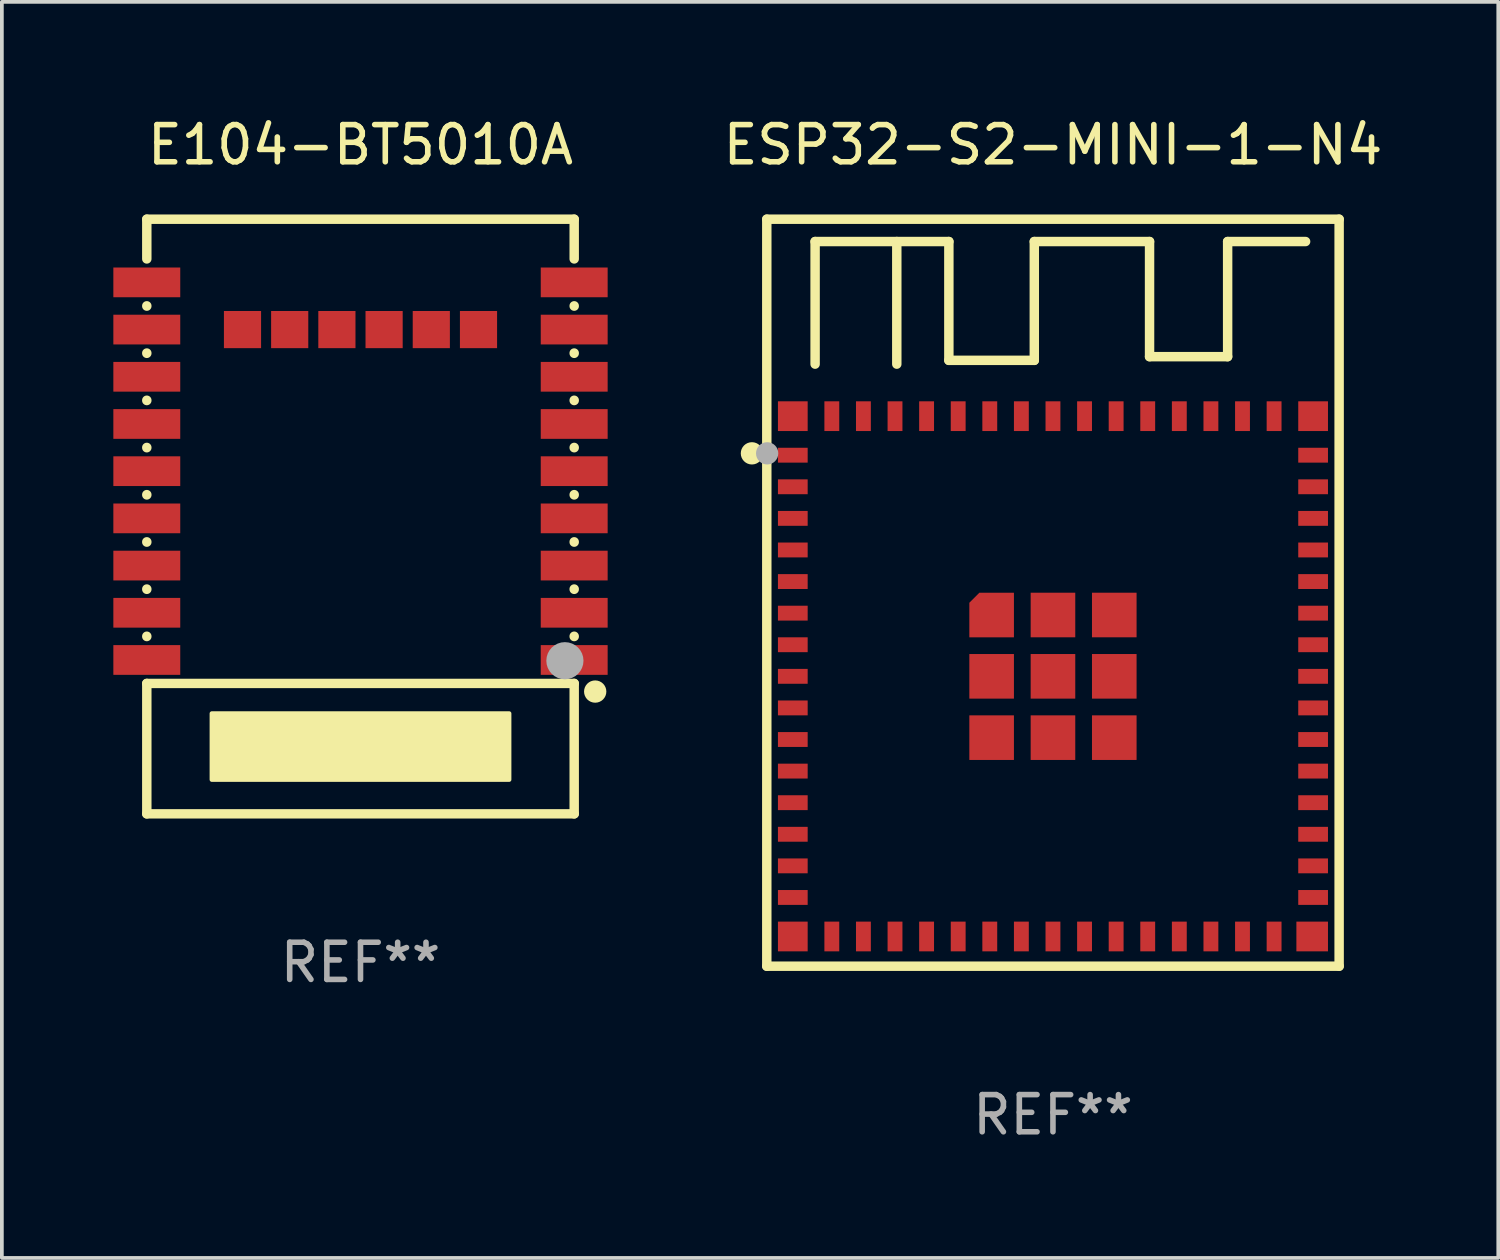
<source format=kicad_pcb>
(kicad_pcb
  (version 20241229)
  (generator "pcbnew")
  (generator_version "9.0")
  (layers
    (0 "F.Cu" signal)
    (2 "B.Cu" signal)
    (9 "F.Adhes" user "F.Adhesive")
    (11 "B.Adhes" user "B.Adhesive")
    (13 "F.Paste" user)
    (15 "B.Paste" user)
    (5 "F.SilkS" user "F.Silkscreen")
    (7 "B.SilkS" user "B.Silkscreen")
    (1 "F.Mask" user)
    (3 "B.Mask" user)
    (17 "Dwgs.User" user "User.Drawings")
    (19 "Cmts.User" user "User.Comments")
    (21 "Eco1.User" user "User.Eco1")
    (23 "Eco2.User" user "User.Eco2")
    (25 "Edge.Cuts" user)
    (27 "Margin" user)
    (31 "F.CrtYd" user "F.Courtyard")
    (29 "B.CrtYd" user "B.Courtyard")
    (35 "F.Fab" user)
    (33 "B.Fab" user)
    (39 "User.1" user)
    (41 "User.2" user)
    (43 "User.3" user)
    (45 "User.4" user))
  (footprint "E104-BT5010A"
    (layer "F.Cu")
    (at 6.65 10.848)
    (property "Reference" "E104-BT5010A" (at 0 -10 0) (layer "F.SilkS") (effects (font (size 1 1) (thickness 0.15))))
    (attr through_hole)
    (fp_line (start -5.75 -6.931) (end -5.75 -8) (stroke (width 0.254) (type solid)) (layer "F.SilkS"))
    (fp_line (start -5.75 -5.661) (end -5.75 -5.669) (stroke (width 0.254) (type solid)) (layer "F.SilkS"))
    (fp_line (start -5.75 -4.391) (end -5.75 -4.399) (stroke (width 0.254) (type solid)) (layer "F.SilkS"))
    (fp_line (start -5.75 -3.121) (end -5.75 -3.129) (stroke (width 0.254) (type solid)) (layer "F.SilkS"))
    (fp_line (start -5.75 -1.851) (end -5.75 -1.859) (stroke (width 0.254) (type solid)) (layer "F.SilkS"))
    (fp_line (start -5.75 -0.581) (end -5.75 -0.589) (stroke (width 0.254) (type solid)) (layer "F.SilkS"))
    (fp_line (start -5.75 0.689) (end -5.75 0.681) (stroke (width 0.254) (type solid)) (layer "F.SilkS"))
    (fp_line (start -5.75 1.959) (end -5.75 1.951) (stroke (width 0.254) (type solid)) (layer "F.SilkS"))
    (fp_line (start -5.75 3.229) (end -5.75 3.221) (stroke (width 0.254) (type solid)) (layer "F.SilkS"))
    (fp_line (start -5.75 4.491) (end 5.75 4.491) (stroke (width 0.254) (type solid)) (layer "F.SilkS"))
    (fp_line (start -5.75 8) (end -5.75 4.491) (stroke (width 0.254) (type solid)) (layer "F.SilkS"))
    (fp_line (start 5.75 -8) (end -5.75 -8) (stroke (width 0.254) (type solid)) (layer "F.SilkS"))
    (fp_line (start 5.75 -8) (end 5.75 -6.931) (stroke (width 0.254) (type solid)) (layer "F.SilkS"))
    (fp_line (start 5.75 -5.669) (end 5.75 -5.661) (stroke (width 0.254) (type solid)) (layer "F.SilkS"))
    (fp_line (start 5.75 -4.399) (end 5.75 -4.391) (stroke (width 0.254) (type solid)) (layer "F.SilkS"))
    (fp_line (start 5.75 -3.129) (end 5.75 -3.121) (stroke (width 0.254) (type solid)) (layer "F.SilkS"))
    (fp_line (start 5.75 -1.859) (end 5.75 -1.851) (stroke (width 0.254) (type solid)) (layer "F.SilkS"))
    (fp_line (start 5.75 -0.589) (end 5.75 -0.581) (stroke (width 0.254) (type solid)) (layer "F.SilkS"))
    (fp_line (start 5.75 0.681) (end 5.75 0.689) (stroke (width 0.254) (type solid)) (layer "F.SilkS"))
    (fp_line (start 5.75 1.951) (end 5.75 1.959) (stroke (width 0.254) (type solid)) (layer "F.SilkS"))
    (fp_line (start 5.75 3.221) (end 5.75 3.229) (stroke (width 0.254) (type solid)) (layer "F.SilkS"))
    (fp_line (start 5.75 4.491) (end 5.75 8) (stroke (width 0.254) (type solid)) (layer "F.SilkS"))
    (fp_line (start 5.75 8) (end -5.75 8) (stroke (width 0.254) (type solid)) (layer "F.SilkS"))
    (fp_circle (center 5.75 8) (end 5.78 8) (stroke (width 0.06) (type solid)) (fill no) (layer "F.SilkS"))
    (fp_circle (center 6.315 4.71) (end 6.465 4.71) (stroke (width 0.3) (type solid)) (fill no) (layer "F.SilkS"))
    (fp_poly (pts (xy -4 5.3) (xy 4 5.3) (xy 4 7.08) (xy -4 7.08)) (stroke (width 0.12) (type solid)) (fill yes) (layer "F.SilkS"))
    (fp_circle (center 5.5 3.88) (end 5.75 3.88) (stroke (width 0.5) (type solid)) (fill no) (layer "F.Fab"))
    (fp_text user "REF**" (at 0 12 0) (layer "F.Fab") (effects (font (size 1 1) (thickness 0.15))))
    (pad "1" smd rect (at 5.75 3.86 180) (size 1.8 0.8) (layers "F.Cu" "F.Mask" "F.Paste"))
    (pad "2" smd rect (at 5.75 2.59 180) (size 1.8 0.8) (layers "F.Cu" "F.Mask" "F.Paste"))
    (pad "3" smd rect (at 5.75 1.32 180) (size 1.8 0.8) (layers "F.Cu" "F.Mask" "F.Paste"))
    (pad "4" smd rect (at 5.75 0.05 180) (size 1.8 0.8) (layers "F.Cu" "F.Mask" "F.Paste"))
    (pad "5" smd rect (at 5.75 -1.22 180) (size 1.8 0.8) (layers "F.Cu" "F.Mask" "F.Paste"))
    (pad "6" smd rect (at 5.75 -2.49 180) (size 1.8 0.8) (layers "F.Cu" "F.Mask" "F.Paste"))
    (pad "7" smd rect (at 5.75 -3.76 180) (size 1.8 0.8) (layers "F.Cu" "F.Mask" "F.Paste"))
    (pad "8" smd rect (at 5.75 -5.03 180) (size 1.8 0.8) (layers "F.Cu" "F.Mask" "F.Paste"))
    (pad "9" smd rect (at 5.75 -6.3 180) (size 1.8 0.8) (layers "F.Cu" "F.Mask" "F.Paste"))
    (pad "10" smd rect (at 3.175 -5.03 180) (size 1 1) (layers "F.Cu" "F.Mask" "F.Paste"))
    (pad "11" smd rect (at 1.905 -5.03 180) (size 1 1) (layers "F.Cu" "F.Mask" "F.Paste"))
    (pad "12" smd rect (at 0.635 -5.03 180) (size 1 1) (layers "F.Cu" "F.Mask" "F.Paste"))
    (pad "13" smd rect (at -0.635 -5.03 180) (size 1 1) (layers "F.Cu" "F.Mask" "F.Paste"))
    (pad "14" smd rect (at -1.905 -5.03 180) (size 1 1) (layers "F.Cu" "F.Mask" "F.Paste"))
    (pad "15" smd rect (at -3.175 -5.03 180) (size 1 1) (layers "F.Cu" "F.Mask" "F.Paste"))
    (pad "16" smd rect (at -5.75 -6.3 180) (size 1.8 0.8) (layers "F.Cu" "F.Mask" "F.Paste"))
    (pad "17" smd rect (at -5.75 -5.03 180) (size 1.8 0.8) (layers "F.Cu" "F.Mask" "F.Paste"))
    (pad "18" smd rect (at -5.75 -3.76 180) (size 1.8 0.8) (layers "F.Cu" "F.Mask" "F.Paste"))
    (pad "19" smd rect (at -5.75 -2.49 180) (size 1.8 0.8) (layers "F.Cu" "F.Mask" "F.Paste"))
    (pad "20" smd rect (at -5.75 -1.22 180) (size 1.8 0.8) (layers "F.Cu" "F.Mask" "F.Paste"))
    (pad "21" smd rect (at -5.75 0.05 180) (size 1.8 0.8) (layers "F.Cu" "F.Mask" "F.Paste"))
    (pad "22" smd rect (at -5.75 1.32 180) (size 1.8 0.8) (layers "F.Cu" "F.Mask" "F.Paste"))
    (pad "23" smd rect (at -5.75 2.59 180) (size 1.8 0.8) (layers "F.Cu" "F.Mask" "F.Paste"))
    (pad "24" smd rect (at -5.75 3.86 180) (size 1.8 0.8) (layers "F.Cu" "F.Mask" "F.Paste")))
  (footprint "ESP32-S2-MINI-1-N4"
    (layer "F.Cu")
    (at 25.282 12.898)
    (property "Reference" "ESP32-S2-MINI-1-N4" (at 0 -12.05 0) (layer "F.SilkS") (effects (font (size 1 1) (thickness 0.15))))
    (attr through_hole)
    (fp_line (start -7.7 -10.05) (end -7.7 10.05) (stroke (width 0.254) (type solid)) (layer "F.SilkS"))
    (fp_line (start -7.7 10.05) (end 7.7 10.05) (stroke (width 0.254) (type solid)) (layer "F.SilkS"))
    (fp_line (start -6.4 -9.449) (end -2.801 -9.449) (stroke (width 0.254) (type solid)) (layer "F.SilkS"))
    (fp_line (start -6.4 -6.15) (end -6.4 -9.449) (stroke (width 0.254) (type solid)) (layer "F.SilkS"))
    (fp_line (start -4.202 -9.449) (end -4.202 -6.15) (stroke (width 0.254) (type solid)) (layer "F.SilkS"))
    (fp_line (start -2.801 -9.449) (end -2.801 -6.252) (stroke (width 0.254) (type solid)) (layer "F.SilkS"))
    (fp_line (start -2.801 -6.252) (end -0.502 -6.252) (stroke (width 0.254) (type solid)) (layer "F.SilkS"))
    (fp_line (start -0.502 -9.449) (end 2.599 -9.449) (stroke (width 0.254) (type solid)) (layer "F.SilkS"))
    (fp_line (start -0.502 -6.252) (end -0.502 -9.449) (stroke (width 0.254) (type solid)) (layer "F.SilkS"))
    (fp_line (start 2.599 -9.449) (end 2.599 -6.351) (stroke (width 0.254) (type solid)) (layer "F.SilkS"))
    (fp_line (start 2.599 -6.351) (end 4.7 -6.351) (stroke (width 0.254) (type solid)) (layer "F.SilkS"))
    (fp_line (start 4.7 -9.449) (end 6.798 -9.449) (stroke (width 0.254) (type solid)) (layer "F.SilkS"))
    (fp_line (start 4.7 -6.351) (end 4.7 -9.449) (stroke (width 0.254) (type solid)) (layer "F.SilkS"))
    (fp_line (start 7.7 -10.05) (end -7.7 -10.05) (stroke (width 0.254) (type solid)) (layer "F.SilkS"))
    (fp_line (start 7.7 10.05) (end 7.7 -10.05) (stroke (width 0.254) (type solid)) (layer "F.SilkS"))
    (fp_circle (center -8.1 -3.75) (end -7.95 -3.75) (stroke (width 0.3) (type solid)) (fill no) (layer "F.SilkS"))
    (fp_circle (center -7.7 -10) (end -7.67 -10) (stroke (width 0.06) (type solid)) (fill no) (layer "F.SilkS"))
    (fp_circle (center -7.69 -3.75) (end -7.54 -3.75) (stroke (width 0.3) (type solid)) (fill no) (layer "F.Fab"))
    (fp_text user "REF**" (at 0 14.05 0) (layer "F.Fab") (effects (font (size 1 1) (thickness 0.15))))
    (pad "1" smd rect (at -7 -3.7 90) (size 0.4 0.8) (layers "F.Cu" "F.Mask" "F.Paste"))
    (pad "2" smd rect (at -7 -2.85 90) (size 0.4 0.8) (layers "F.Cu" "F.Mask" "F.Paste"))
    (pad "3" smd rect (at -7 -2 90) (size 0.4 0.8) (layers "F.Cu" "F.Mask" "F.Paste"))
    (pad "4" smd rect (at -7 -1.15 90) (size 0.4 0.8) (layers "F.Cu" "F.Mask" "F.Paste"))
    (pad "5" smd rect (at -7 -0.3 90) (size 0.4 0.8) (layers "F.Cu" "F.Mask" "F.Paste"))
    (pad "6" smd rect (at -7 0.55 90) (size 0.4 0.8) (layers "F.Cu" "F.Mask" "F.Paste"))
    (pad "7" smd rect (at -7 1.4 90) (size 0.4 0.8) (layers "F.Cu" "F.Mask" "F.Paste"))
    (pad "8" smd rect (at -7 2.25 90) (size 0.4 0.8) (layers "F.Cu" "F.Mask" "F.Paste"))
    (pad "9" smd rect (at -7 3.1 90) (size 0.4 0.8) (layers "F.Cu" "F.Mask" "F.Paste"))
    (pad "10" smd rect (at -7 3.95 90) (size 0.4 0.8) (layers "F.Cu" "F.Mask" "F.Paste"))
    (pad "11" smd rect (at -7 4.8 90) (size 0.4 0.8) (layers "F.Cu" "F.Mask" "F.Paste"))
    (pad "12" smd rect (at -7 5.65 90) (size 0.4 0.8) (layers "F.Cu" "F.Mask" "F.Paste"))
    (pad "13" smd rect (at -7 6.5 90) (size 0.4 0.8) (layers "F.Cu" "F.Mask" "F.Paste"))
    (pad "14" smd rect (at -7 7.35 90) (size 0.4 0.8) (layers "F.Cu" "F.Mask" "F.Paste"))
    (pad "15" smd rect (at -7 8.2 90) (size 0.4 0.8) (layers "F.Cu" "F.Mask" "F.Paste"))
    (pad "16" smd rect (at -5.95 9.25) (size 0.4 0.8) (layers "F.Cu" "F.Mask" "F.Paste"))
    (pad "17" smd rect (at -5.1 9.25) (size 0.4 0.8) (layers "F.Cu" "F.Mask" "F.Paste"))
    (pad "18" smd rect (at -4.25 9.25) (size 0.4 0.8) (layers "F.Cu" "F.Mask" "F.Paste"))
    (pad "19" smd rect (at -3.4 9.25) (size 0.4 0.8) (layers "F.Cu" "F.Mask" "F.Paste"))
    (pad "20" smd rect (at -2.55 9.25) (size 0.4 0.8) (layers "F.Cu" "F.Mask" "F.Paste"))
    (pad "21" smd rect (at -1.7 9.25) (size 0.4 0.8) (layers "F.Cu" "F.Mask" "F.Paste"))
    (pad "22" smd rect (at -0.85 9.25) (size 0.4 0.8) (layers "F.Cu" "F.Mask" "F.Paste"))
    (pad "23" smd rect (at -0.000178 9.25) (size 0.4 0.8) (layers "F.Cu" "F.Mask" "F.Paste"))
    (pad "24" smd rect (at 0.85 9.25) (size 0.4 0.8) (layers "F.Cu" "F.Mask" "F.Paste"))
    (pad "25" smd rect (at 1.7 9.25) (size 0.4 0.8) (layers "F.Cu" "F.Mask" "F.Paste"))
    (pad "26" smd rect (at 2.55 9.25) (size 0.4 0.8) (layers "F.Cu" "F.Mask" "F.Paste"))
    (pad "27" smd rect (at 3.4 9.25) (size 0.4 0.8) (layers "F.Cu" "F.Mask" "F.Paste"))
    (pad "28" smd rect (at 4.25 9.25) (size 0.4 0.8) (layers "F.Cu" "F.Mask" "F.Paste"))
    (pad "29" smd rect (at 5.1 9.25) (size 0.4 0.8) (layers "F.Cu" "F.Mask" "F.Paste"))
    (pad "30" smd rect (at 5.95 9.25) (size 0.4 0.8) (layers "F.Cu" "F.Mask" "F.Paste"))
    (pad "31" smd rect (at 7 8.2 270) (size 0.4 0.8) (layers "F.Cu" "F.Mask" "F.Paste"))
    (pad "32" smd rect (at 7 7.35 270) (size 0.4 0.8) (layers "F.Cu" "F.Mask" "F.Paste"))
    (pad "33" smd rect (at 7 6.5 270) (size 0.4 0.8) (layers "F.Cu" "F.Mask" "F.Paste"))
    (pad "34" smd rect (at 7 5.65 270) (size 0.4 0.8) (layers "F.Cu" "F.Mask" "F.Paste"))
    (pad "35" smd rect (at 7 4.8 270) (size 0.4 0.8) (layers "F.Cu" "F.Mask" "F.Paste"))
    (pad "36" smd rect (at 7 3.95 270) (size 0.4 0.8) (layers "F.Cu" "F.Mask" "F.Paste"))
    (pad "37" smd rect (at 7 3.1 270) (size 0.4 0.8) (layers "F.Cu" "F.Mask" "F.Paste"))
    (pad "38" smd rect (at 7 2.25 270) (size 0.4 0.8) (layers "F.Cu" "F.Mask" "F.Paste"))
    (pad "39" smd rect (at 7 1.4 270) (size 0.4 0.8) (layers "F.Cu" "F.Mask" "F.Paste"))
    (pad "40" smd rect (at 7 0.55 270) (size 0.4 0.8) (layers "F.Cu" "F.Mask" "F.Paste"))
    (pad "41" smd rect (at 7 -0.3 270) (size 0.4 0.8) (layers "F.Cu" "F.Mask" "F.Paste"))
    (pad "42" smd rect (at 7 -1.15 270) (size 0.4 0.8) (layers "F.Cu" "F.Mask" "F.Paste"))
    (pad "43" smd rect (at 7 -2 270) (size 0.4 0.8) (layers "F.Cu" "F.Mask" "F.Paste"))
    (pad "44" smd rect (at 7 -2.85 270) (size 0.4 0.8) (layers "F.Cu" "F.Mask" "F.Paste"))
    (pad "45" smd rect (at 7 -3.7 270) (size 0.4 0.8) (layers "F.Cu" "F.Mask" "F.Paste"))
    (pad "46" smd rect (at 5.95 -4.75 180) (size 0.4 0.8) (layers "F.Cu" "F.Mask" "F.Paste"))
    (pad "47" smd rect (at 5.1 -4.75 180) (size 0.4 0.8) (layers "F.Cu" "F.Mask" "F.Paste"))
    (pad "48" smd rect (at 4.25 -4.75 180) (size 0.4 0.8) (layers "F.Cu" "F.Mask" "F.Paste"))
    (pad "49" smd rect (at 3.4 -4.75 180) (size 0.4 0.8) (layers "F.Cu" "F.Mask" "F.Paste"))
    (pad "50" smd rect (at 2.55 -4.75 180) (size 0.4 0.8) (layers "F.Cu" "F.Mask" "F.Paste"))
    (pad "51" smd rect (at 1.7 -4.75 180) (size 0.4 0.8) (layers "F.Cu" "F.Mask" "F.Paste"))
    (pad "52" smd rect (at 0.85 -4.75 180) (size 0.4 0.8) (layers "F.Cu" "F.Mask" "F.Paste"))
    (pad "53" smd rect (at 0.000076 -4.75 180) (size 0.4 0.8) (layers "F.Cu" "F.Mask" "F.Paste"))
    (pad "54" smd rect (at -0.85 -4.75 180) (size 0.4 0.8) (layers "F.Cu" "F.Mask" "F.Paste"))
    (pad "55" smd rect (at -1.7 -4.75 180) (size 0.4 0.8) (layers "F.Cu" "F.Mask" "F.Paste"))
    (pad "56" smd rect (at -2.55 -4.75 180) (size 0.4 0.8) (layers "F.Cu" "F.Mask" "F.Paste"))
    (pad "57" smd rect (at -3.4 -4.75 180) (size 0.4 0.8) (layers "F.Cu" "F.Mask" "F.Paste"))
    (pad "58" smd rect (at -4.25 -4.75 180) (size 0.4 0.8) (layers "F.Cu" "F.Mask" "F.Paste"))
    (pad "59" smd rect (at -5.1 -4.75 180) (size 0.4 0.8) (layers "F.Cu" "F.Mask" "F.Paste"))
    (pad "60" smd rect (at -5.95 -4.75 180) (size 0.4 0.8) (layers "F.Cu" "F.Mask" "F.Paste"))
    (pad "61" smd custom (at -1.65 0.6) (size 1.2 1.2) (layers "F.Cu" "F.Mask" "F.Paste") (options (anchor circle)) (primitives (gr_poly (pts (xy 0.6 0.6) (xy -0.6 0.6) (xy -0.6 -0.31) (xy -0.6 -0.33) (xy -0.33 -0.6) (xy 0.6 -0.6)) (width 0) (fill yes))))
    (pad "61" smd rect (at -1.65 2.25 90) (size 1.2 1.2) (layers "F.Cu" "F.Mask" "F.Paste"))
    (pad "61" smd rect (at -1.65 3.9 90) (size 1.2 1.2) (layers "F.Cu" "F.Mask" "F.Paste"))
    (pad "61" smd rect (at 0.000076 0.6 90) (size 1.2 1.2) (layers "F.Cu" "F.Mask" "F.Paste"))
    (pad "61" smd rect (at 0.000076 2.25 90) (size 1.2 1.2) (layers "F.Cu" "F.Mask" "F.Paste"))
    (pad "61" smd rect (at 0.000076 3.9 90) (size 1.2 1.2) (layers "F.Cu" "F.Mask" "F.Paste"))
    (pad "61" smd rect (at 1.65 3.9 90) (size 1.2 1.2) (layers "F.Cu" "F.Mask" "F.Paste"))
    (pad "61" smd rect (at 1.65 0.6 90) (size 1.2 1.2) (layers "F.Cu" "F.Mask" "F.Paste"))
    (pad "61" smd rect (at 1.65 2.25 90) (size 1.2 1.2) (layers "F.Cu" "F.Mask" "F.Paste"))
    (pad "62" smd rect (at -7 -4.75 90) (size 0.8 0.8) (layers "F.Cu" "F.Mask" "F.Paste"))
    (pad "63" smd rect (at -7 9.25 90) (size 0.8 0.8) (layers "F.Cu" "F.Mask" "F.Paste"))
    (pad "64" smd rect (at 6.975 9.25 90) (size 0.8 0.85) (layers "F.Cu" "F.Mask" "F.Paste"))
    (pad "65" smd rect (at 7 -4.75 90) (size 0.8 0.8) (layers "F.Cu" "F.Mask" "F.Paste")))
  (gr_rect
    (start -3 -3)
    (end 37.264 30.797)
    (stroke (width 0.1) (type default))
    (fill no)
    (layer "Edge.Cuts")))
</source>
